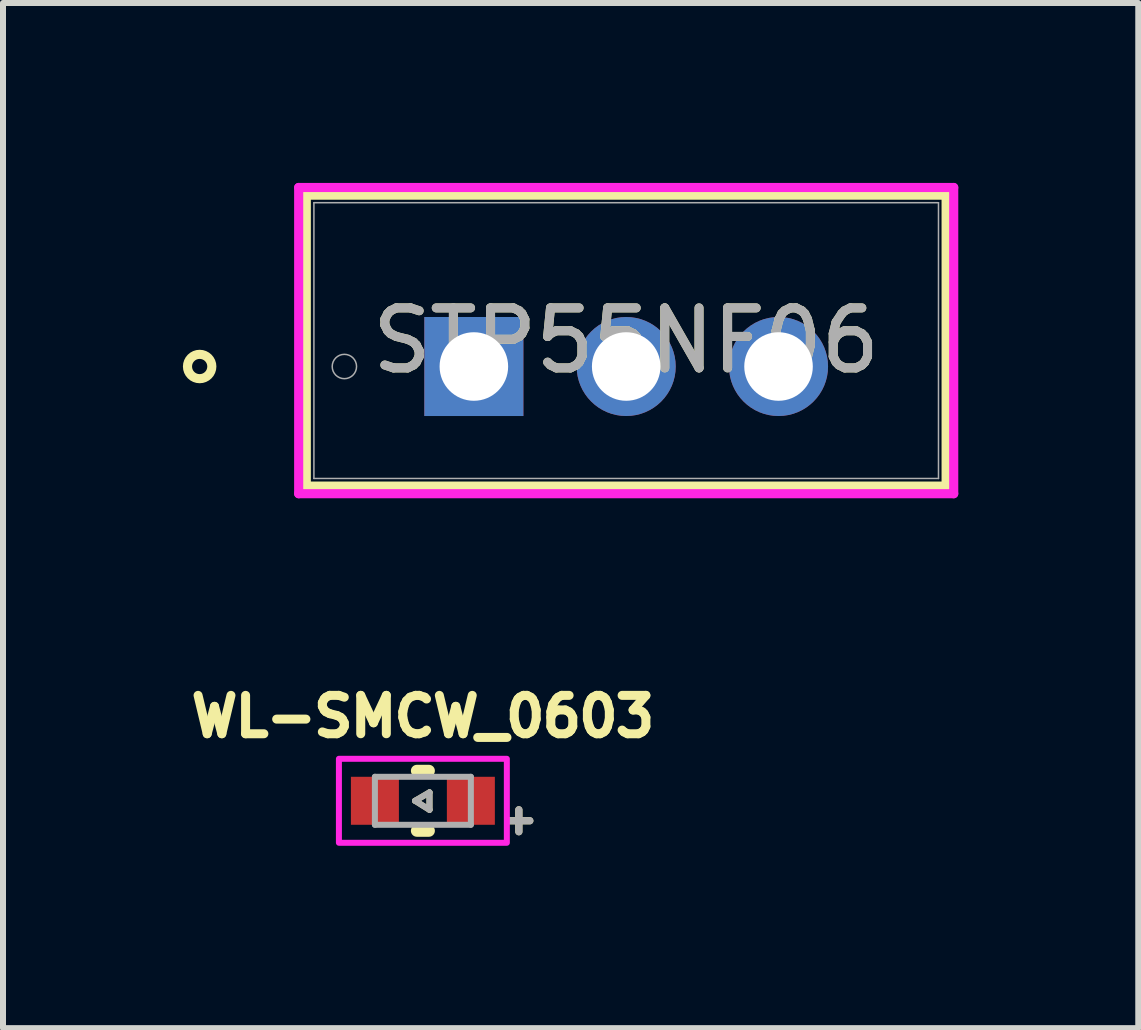
<source format=kicad_pcb>
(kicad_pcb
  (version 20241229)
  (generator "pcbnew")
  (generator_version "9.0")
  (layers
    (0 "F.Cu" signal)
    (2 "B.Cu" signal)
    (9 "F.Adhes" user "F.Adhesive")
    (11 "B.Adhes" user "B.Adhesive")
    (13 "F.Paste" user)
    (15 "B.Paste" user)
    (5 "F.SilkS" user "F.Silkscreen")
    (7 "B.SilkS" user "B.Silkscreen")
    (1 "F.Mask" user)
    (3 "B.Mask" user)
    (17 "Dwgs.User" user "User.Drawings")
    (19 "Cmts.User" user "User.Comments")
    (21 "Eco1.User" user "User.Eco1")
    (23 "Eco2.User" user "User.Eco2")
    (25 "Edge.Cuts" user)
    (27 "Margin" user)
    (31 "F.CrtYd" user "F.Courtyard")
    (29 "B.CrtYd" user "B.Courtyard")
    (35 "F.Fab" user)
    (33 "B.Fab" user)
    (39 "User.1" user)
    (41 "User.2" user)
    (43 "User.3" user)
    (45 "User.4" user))
  (footprint "WL-SMCW_0603"
    (layer "F.Cu")
    (at 4.001 10.302)
    (property "Reference" "WL-SMCW_0603" (at 0 -1.406 0) (layer "F.SilkS") (effects (font (size 0.64 0.64) (thickness 0.15))))
    (attr smd)
    (fp_line (start -0.13 0) (end 0.11 -0.14) (stroke (width 0.1) (type solid)) (layer "F.SilkS"))
    (fp_line (start -0.1 -0.5) (end 0.1 -0.5) (stroke (width 0.2) (type solid)) (layer "F.SilkS"))
    (fp_line (start 0.1 0.5) (end -0.1 0.5) (stroke (width 0.2) (type solid)) (layer "F.SilkS"))
    (fp_line (start 0.11 -0.14) (end 0.11 0.15) (stroke (width 0.1) (type solid)) (layer "F.SilkS"))
    (fp_line (start 0.11 0.15) (end -0.13 0) (stroke (width 0.1) (type solid)) (layer "F.SilkS"))
    (fp_poly (pts (xy -1.4 -0.7) (xy 1.4 -0.7) (xy 1.4 0.7) (xy -1.4 0.7)) (stroke (width 0.1) (type solid)) (fill no) (layer "F.CrtYd"))
    (fp_line (start -0.8 -0.4) (end 0.8 -0.4) (stroke (width 0.1) (type solid)) (layer "F.Fab"))
    (fp_line (start -0.8 0.4) (end -0.8 -0.4) (stroke (width 0.1) (type solid)) (layer "F.Fab"))
    (fp_line (start -0.8 0.4) (end 0.8 0.4) (stroke (width 0.1) (type solid)) (layer "F.Fab"))
    (fp_line (start -0.13 0) (end 0.11 -0.14) (stroke (width 0.1) (type solid)) (layer "F.Fab"))
    (fp_line (start 0.11 -0.14) (end 0.11 0.15) (stroke (width 0.1) (type solid)) (layer "F.Fab"))
    (fp_line (start 0.11 0.15) (end -0.13 0) (stroke (width 0.1) (type solid)) (layer "F.Fab"))
    (fp_line (start 0.8 -0.4) (end 0.8 0.4) (stroke (width 0.1) (type solid)) (layer "F.Fab"))
    (fp_text user "+" (at 1.6 0.3 0) (layer "F.SilkS") (effects (font (size 0.48 0.48) (thickness 0.15))))
    (fp_text user "+" (at 1.6 0.3 0) (layer "F.Fab") (effects (font (size 0.48 0.48) (thickness 0.15))))
    (pad "1" smd rect (at -0.8 0) (size 0.8 0.8) (layers "F.Cu" "F.Mask" "F.Paste"))
    (pad "2" smd rect (at 0.8 0) (size 0.8 0.8) (layers "F.Cu" "F.Mask" "F.Paste")))
  (footprint "STP55NF06"
    (layer "F.Cu")
    (at 4.851 3.061)
    (property "Reference" "STP55NF06" (at 2.54 -0.432 0) (unlocked yes) (layer "F.SilkS") (effects (font (size 1 1) (thickness 0.15))))
    (attr through_hole)
    (fp_line (start -2.794 -2.857) (end -2.794 1.994) (stroke (width 0.152) (type solid)) (layer "F.SilkS"))
    (fp_line (start -2.794 1.994) (end 7.874 1.994) (stroke (width 0.152) (type solid)) (layer "F.SilkS"))
    (fp_line (start 7.874 -2.857) (end -2.794 -2.857) (stroke (width 0.152) (type solid)) (layer "F.SilkS"))
    (fp_line (start 7.874 1.994) (end 7.874 -2.857) (stroke (width 0.152) (type solid)) (layer "F.SilkS"))
    (fp_circle (center -4.572 0) (end -4.369 0) (stroke (width 0.152) (type solid)) (fill no) (layer "F.SilkS"))
    (fp_line (start -2.921 -2.985) (end 8.001 -2.985) (stroke (width 0.152) (type solid)) (layer "F.CrtYd"))
    (fp_line (start -2.921 2.121) (end -2.921 -2.985) (stroke (width 0.152) (type solid)) (layer "F.CrtYd"))
    (fp_line (start 8.001 -2.985) (end 8.001 2.121) (stroke (width 0.152) (type solid)) (layer "F.CrtYd"))
    (fp_line (start 8.001 2.121) (end -2.921 2.121) (stroke (width 0.152) (type solid)) (layer "F.CrtYd"))
    (fp_line (start -2.667 -2.731) (end -2.667 1.867) (stroke (width 0.025) (type solid)) (layer "F.Fab"))
    (fp_line (start -2.667 1.867) (end 7.747 1.867) (stroke (width 0.025) (type solid)) (layer "F.Fab"))
    (fp_line (start -0.254 0) (end 0.254 0) (stroke (width 0.152) (type solid)) (layer "F.Fab"))
    (fp_line (start 0 0.254) (end 0 -0.254) (stroke (width 0.152) (type solid)) (layer "F.Fab"))
    (fp_line (start 7.747 -2.731) (end -2.667 -2.731) (stroke (width 0.025) (type solid)) (layer "F.Fab"))
    (fp_line (start 7.747 1.867) (end 7.747 -2.731) (stroke (width 0.025) (type solid)) (layer "F.Fab"))
    (fp_circle (center -2.159 0) (end -1.956 0) (stroke (width 0.025) (type solid)) (fill no) (layer "F.Fab"))
    (fp_text user "${REFERENCE}" (at 2.54 -0.432 0) (unlocked yes) (layer "F.Fab") (effects (font (size 1 1) (thickness 0.15))))
    (pad "1" thru_hole rect (at 0 0) (size 1.651 1.651) (drill 1.143) (layers "*.Cu" "*.Mask"))
    (pad "2" thru_hole circle (at 2.54 0) (size 1.651 1.651) (drill 1.143) (layers "*.Cu" "*.Mask"))
    (pad "3" thru_hole circle (at 5.08 0) (size 1.651 1.651) (drill 1.143) (layers "*.Cu" "*.Mask")))
  (gr_rect
    (start -3 -3)
    (end 15.929 14.093)
    (stroke (width 0.1) (type default))
    (fill no)
    (layer "Edge.Cuts")))
</source>
